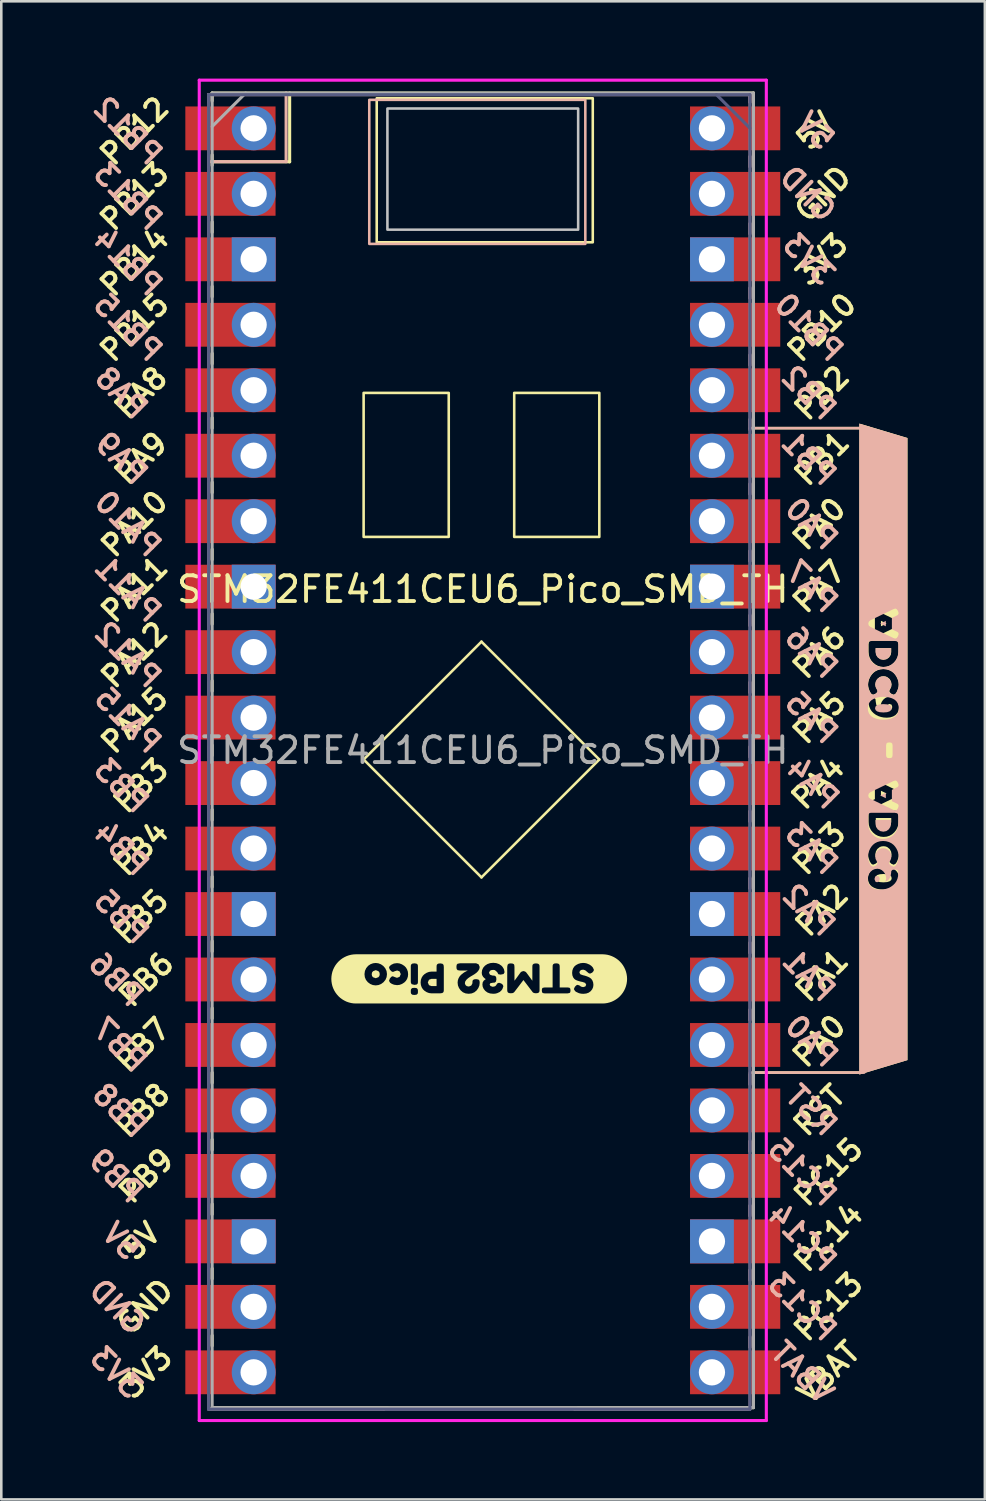
<source format=kicad_pcb>
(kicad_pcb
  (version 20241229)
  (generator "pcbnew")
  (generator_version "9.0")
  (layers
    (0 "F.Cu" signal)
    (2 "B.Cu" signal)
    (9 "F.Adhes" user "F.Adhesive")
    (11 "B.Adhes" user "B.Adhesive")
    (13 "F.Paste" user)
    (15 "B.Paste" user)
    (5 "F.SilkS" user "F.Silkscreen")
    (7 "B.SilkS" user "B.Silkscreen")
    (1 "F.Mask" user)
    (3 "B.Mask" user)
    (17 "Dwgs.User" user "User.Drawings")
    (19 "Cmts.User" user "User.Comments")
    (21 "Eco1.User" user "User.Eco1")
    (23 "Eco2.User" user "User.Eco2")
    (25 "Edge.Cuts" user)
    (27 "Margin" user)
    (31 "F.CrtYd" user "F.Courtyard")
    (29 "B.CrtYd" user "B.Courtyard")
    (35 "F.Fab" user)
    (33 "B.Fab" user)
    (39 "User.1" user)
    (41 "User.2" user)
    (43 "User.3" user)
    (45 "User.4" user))
  (footprint "STM32FE411CEU6_Pico_SMD_TH"
    (layer "F.Cu")
    (at 13.343 31.242)
    (property "Reference" "STM32FE411CEU6_Pico_SMD_TH" (at 2.337 -11.43 0) (layer "F.SilkS") (effects (font (size 1 1) (thickness 0.15))))
    (attr through_hole)
    (fp_line (start -8.163 -30.682) (end -8.163 -30.382) (stroke (width 0.12) (type solid)) (layer "F.SilkS"))
    (fp_line (start -8.163 -30.682) (end 12.837 -30.682) (stroke (width 0.12) (type solid)) (layer "F.SilkS"))
    (fp_line (start -8.163 -28.282) (end -8.163 -27.882) (stroke (width 0.12) (type solid)) (layer "F.SilkS"))
    (fp_line (start -8.163 -28.015) (end -5.156 -28.015) (stroke (width 0.12) (type solid)) (layer "F.SilkS"))
    (fp_line (start -8.163 -25.682) (end -8.163 -25.282) (stroke (width 0.12) (type solid)) (layer "F.SilkS"))
    (fp_line (start -8.163 -23.182) (end -8.163 -22.782) (stroke (width 0.12) (type solid)) (layer "F.SilkS"))
    (fp_line (start -8.163 -20.582) (end -8.163 -20.182) (stroke (width 0.12) (type solid)) (layer "F.SilkS"))
    (fp_line (start -8.163 -18.082) (end -8.163 -17.682) (stroke (width 0.12) (type solid)) (layer "F.SilkS"))
    (fp_line (start -8.163 -15.582) (end -8.163 -15.182) (stroke (width 0.12) (type solid)) (layer "F.SilkS"))
    (fp_line (start -8.163 -12.982) (end -8.163 -12.582) (stroke (width 0.12) (type solid)) (layer "F.SilkS"))
    (fp_line (start -8.163 -10.482) (end -8.163 -10.082) (stroke (width 0.12) (type solid)) (layer "F.SilkS"))
    (fp_line (start -8.163 -7.882) (end -8.163 -7.482) (stroke (width 0.12) (type solid)) (layer "F.SilkS"))
    (fp_line (start -8.163 -5.382) (end -8.163 -4.982) (stroke (width 0.12) (type solid)) (layer "F.SilkS"))
    (fp_line (start -8.163 -2.882) (end -8.163 -2.482) (stroke (width 0.12) (type solid)) (layer "F.SilkS"))
    (fp_line (start -8.163 -0.282) (end -8.163 0.118) (stroke (width 0.12) (type solid)) (layer "F.SilkS"))
    (fp_line (start -8.163 2.218) (end -8.163 2.618) (stroke (width 0.12) (type solid)) (layer "F.SilkS"))
    (fp_line (start -8.163 4.818) (end -8.163 5.218) (stroke (width 0.12) (type solid)) (layer "F.SilkS"))
    (fp_line (start -8.163 7.318) (end -8.163 7.718) (stroke (width 0.12) (type solid)) (layer "F.SilkS"))
    (fp_line (start -8.163 9.918) (end -8.163 10.318) (stroke (width 0.12) (type solid)) (layer "F.SilkS"))
    (fp_line (start -8.163 12.418) (end -8.163 12.818) (stroke (width 0.12) (type solid)) (layer "F.SilkS"))
    (fp_line (start -8.163 14.918) (end -8.163 15.318) (stroke (width 0.12) (type solid)) (layer "F.SilkS"))
    (fp_line (start -8.163 17.518) (end -8.163 17.918) (stroke (width 0.12) (type solid)) (layer "F.SilkS"))
    (fp_line (start -5.156 -28.015) (end -5.156 -30.682) (stroke (width 0.12) (type solid)) (layer "F.SilkS"))
    (fp_line (start -2.286 -4.826) (end 2.286 -9.398) (stroke (width 0.1) (type default)) (layer "F.SilkS"))
    (fp_line (start -1.363 20.318) (end -8.163 20.318) (stroke (width 0.12) (type solid)) (layer "F.SilkS"))
    (fp_line (start 2.286 -9.398) (end 6.858 -4.826) (stroke (width 0.1) (type default)) (layer "F.SilkS"))
    (fp_line (start 2.286 -0.254) (end -2.286 -4.826) (stroke (width 0.1) (type default)) (layer "F.SilkS"))
    (fp_line (start 6.037 20.318) (end -1.363 20.318) (stroke (width 0.1) (type default)) (layer "F.SilkS"))
    (fp_line (start 6.858 -4.826) (end 2.286 -0.254) (stroke (width 0.1) (type default)) (layer "F.SilkS"))
    (fp_line (start 12.837 -30.682) (end 12.837 -30.382) (stroke (width 0.12) (type solid)) (layer "F.SilkS"))
    (fp_line (start 12.837 -28.282) (end 12.837 -27.882) (stroke (width 0.12) (type solid)) (layer "F.SilkS"))
    (fp_line (start 12.837 -25.682) (end 12.837 -25.282) (stroke (width 0.12) (type solid)) (layer "F.SilkS"))
    (fp_line (start 12.837 -23.182) (end 12.837 -22.782) (stroke (width 0.12) (type solid)) (layer "F.SilkS"))
    (fp_line (start 12.837 -20.582) (end 12.837 -20.182) (stroke (width 0.12) (type solid)) (layer "F.SilkS"))
    (fp_line (start 12.837 -18.082) (end 12.837 -17.682) (stroke (width 0.12) (type solid)) (layer "F.SilkS"))
    (fp_line (start 12.837 -17.682) (end 17.323 -17.682) (stroke (width 0.1) (type default)) (layer "F.SilkS"))
    (fp_line (start 12.837 -15.582) (end 12.837 -15.182) (stroke (width 0.12) (type solid)) (layer "F.SilkS"))
    (fp_line (start 12.837 -12.982) (end 12.837 -12.582) (stroke (width 0.12) (type solid)) (layer "F.SilkS"))
    (fp_line (start 12.837 -10.482) (end 12.837 -10.082) (stroke (width 0.12) (type solid)) (layer "F.SilkS"))
    (fp_line (start 12.837 -7.882) (end 12.837 -7.482) (stroke (width 0.12) (type solid)) (layer "F.SilkS"))
    (fp_line (start 12.837 -5.382) (end 12.837 -4.982) (stroke (width 0.12) (type solid)) (layer "F.SilkS"))
    (fp_line (start 12.837 -2.882) (end 12.837 -2.482) (stroke (width 0.12) (type solid)) (layer "F.SilkS"))
    (fp_line (start 12.837 -0.282) (end 12.837 0.118) (stroke (width 0.12) (type solid)) (layer "F.SilkS"))
    (fp_line (start 12.837 2.218) (end 12.837 2.618) (stroke (width 0.12) (type solid)) (layer "F.SilkS"))
    (fp_line (start 12.837 4.818) (end 12.837 5.218) (stroke (width 0.12) (type solid)) (layer "F.SilkS"))
    (fp_line (start 12.837 7.318) (end 12.837 7.718) (stroke (width 0.12) (type solid)) (layer "F.SilkS"))
    (fp_line (start 12.837 7.318) (end 17.018 7.318) (stroke (width 0.1) (type default)) (layer "F.SilkS"))
    (fp_line (start 12.837 9.918) (end 12.837 10.318) (stroke (width 0.12) (type solid)) (layer "F.SilkS"))
    (fp_line (start 12.837 12.418) (end 12.837 12.818) (stroke (width 0.12) (type solid)) (layer "F.SilkS"))
    (fp_line (start 12.837 14.918) (end 12.837 15.318) (stroke (width 0.12) (type solid)) (layer "F.SilkS"))
    (fp_line (start 12.837 17.518) (end 12.837 17.918) (stroke (width 0.12) (type solid)) (layer "F.SilkS"))
    (fp_line (start 12.837 20.318) (end 6.037 20.318) (stroke (width 0.12) (type solid)) (layer "F.SilkS"))
    (fp_rect (start -2.286 -19.05) (end 1.016 -13.462) (stroke (width 0.1) (type default)) (fill no) (layer "F.SilkS"))
    (fp_rect (start 3.556 -19.05) (end 6.858 -13.462) (stroke (width 0.1) (type default)) (fill no) (layer "F.SilkS"))
    (fp_rect (start 6.604 -24.892) (end -1.778 -30.48) (stroke (width 0.1) (type default)) (fill no) (layer "F.SilkS"))
    (fp_poly (pts (xy 18.001 -10.102) (xy 17.784 -10.207) (xy 17.784 -9.996) (xy 18.001 -10.102)) (stroke (width 0) (type solid)) (fill yes) (layer "F.SilkS"))
    (fp_poly (pts (xy 18.001 -3.509) (xy 17.784 -3.614) (xy 17.784 -3.403) (xy 18.001 -3.509)) (stroke (width 0) (type solid)) (fill yes) (layer "F.SilkS"))
    (fp_poly (pts (xy 0.345 3.964) (xy 0.544 3.964) (xy 0.544 3.683) (xy 0.344 3.683) (xy 0.25 3.718) (xy 0.204 3.823) (xy 0.25 3.928) (xy 0.345 3.964)) (stroke (width 0) (type solid)) (fill yes) (layer "F.SilkS"))
    (fp_poly (pts (xy 18.224 -6.86) (xy 18.197 -6.952) (xy 18.117 -6.983) (xy 18.049 -6.955) (xy 18.017 -6.865) (xy 18.047 -6.771) (xy 18.105 -6.738) (xy 18.151 -6.742) (xy 18.187 -6.759) (xy 18.224 -6.86)) (stroke (width 0) (type solid)) (fill yes) (layer "F.SilkS"))
    (fp_poly (pts (xy 18.184 -8.997) (xy 18.184 -9.15) (xy 17.584 -9.15) (xy 17.584 -8.996) (xy 17.605 -8.887) (xy 17.669 -8.789) (xy 17.765 -8.72) (xy 17.882 -8.697) (xy 18 -8.72) (xy 18.098 -8.787) (xy 18.162 -8.884) (xy 18.184 -8.997)) (stroke (width 0) (type solid)) (fill yes) (layer "F.SilkS"))
    (fp_poly (pts (xy 18.184 -2.404) (xy 18.184 -2.557) (xy 17.584 -2.557) (xy 17.584 -2.403) (xy 17.605 -2.294) (xy 17.669 -2.196) (xy 17.765 -2.127) (xy 17.882 -2.104) (xy 18 -2.127) (xy 18.098 -2.194) (xy 18.162 -2.291) (xy 18.184 -2.404)) (stroke (width 0) (type solid)) (fill yes) (layer "F.SilkS"))
    (fp_poly (pts (xy -1.712 3.385) (xy -1.815 3.346) (xy -1.92 3.386) (xy -1.959 3.435) (xy -1.972 3.504) (xy -1.96 3.571) (xy -1.923 3.62) (xy -1.817 3.658) (xy -1.711 3.618) (xy -1.674 3.569) (xy -1.661 3.501) (xy -1.674 3.434) (xy -1.712 3.385)) (stroke (width 0) (type solid)) (fill yes) (layer "F.SilkS"))
    (fp_poly (pts (xy 17.562 -0.225) (xy 17.581 -0.153) (xy 17.64 -0.102) (xy 17.737 -0.071) (xy 17.873 -0.061) (xy 17.882 -0.061) (xy 18.022 -0.071) (xy 18.122 -0.102) (xy 18.182 -0.152) (xy 18.201 -0.223) (xy 18.181 -0.294) (xy 18.122 -0.344) (xy 18.022 -0.375) (xy 17.882 -0.385) (xy 17.742 -0.375) (xy 17.642 -0.345) (xy 17.582 -0.295) (xy 17.562 -0.225)) (stroke (width 0) (type solid)) (fill yes) (layer "F.SilkS"))
    (fp_poly (pts (xy 18.815 -10.685) (xy 18.815 -17.299) (xy 16.948 -17.859) (xy 16.948 -17.299) (xy 16.948 -10.685) (xy 16.948 -9.695) (xy 17.285 -9.695) (xy 17.3 -9.746) (xy 17.33 -9.774) (xy 17.378 -9.799) (xy 17.549 -9.881) (xy 17.549 -10.321) (xy 17.378 -10.404) (xy 17.332 -10.428) (xy 17.302 -10.457) (xy 17.287 -10.508) (xy 17.314 -10.593) (xy 17.362 -10.662) (xy 17.416 -10.685) (xy 17.497 -10.658) (xy 18.384 -10.229) (xy 18.443 -10.176) (xy 18.465 -10.1) (xy 18.444 -10.026) (xy 18.382 -9.973) (xy 17.497 -9.545) (xy 17.416 -9.518) (xy 17.361 -9.541) (xy 17.312 -9.61) (xy 17.285 -9.695) (xy 16.948 -9.695) (xy 16.948 -9) (xy 17.303 -9) (xy 17.303 -9.291) (xy 17.313 -9.369) (xy 17.343 -9.411) (xy 17.444 -9.431) (xy 18.327 -9.431) (xy 18.382 -9.428) (xy 18.424 -9.413) (xy 18.456 -9.371) (xy 18.467 -9.289) (xy 18.465 -8.996) (xy 18.455 -8.884) (xy 18.424 -8.779) (xy 18.372 -8.682) (xy 18.299 -8.591) (xy 18.211 -8.514) (xy 18.114 -8.46) (xy 18.007 -8.427) (xy 17.891 -8.416) (xy 17.774 -8.427) (xy 17.666 -8.459) (xy 17.567 -8.512) (xy 17.476 -8.587) (xy 17.4 -8.677) (xy 17.346 -8.776) (xy 17.314 -8.883) (xy 17.303 -9) (xy 16.948 -9) (xy 16.948 -7.73) (xy 17.285 -7.73) (xy 17.29 -7.805) (xy 17.305 -7.882) (xy 17.332 -7.96) (xy 17.372 -8.041) (xy 17.424 -8.118) (xy 17.486 -8.188) (xy 17.563 -8.247) (xy 17.659 -8.295) (xy 17.769 -8.326) (xy 17.889 -8.337) (xy 18.007 -8.326) (xy 18.113 -8.295) (xy 18.205 -8.248) (xy 18.28 -8.19) (xy 18.341 -8.121) (xy 18.39 -8.043) (xy 18.438 -7.939) (xy 18.467 -7.835) (xy 18.476 -7.73) (xy 18.47 -7.655) (xy 18.453 -7.579) (xy 18.406 -7.462) (xy 18.384 -7.424) (xy 18.355 -7.379) (xy 18.28 -7.338) (xy 18.192 -7.372) (xy 18.128 -7.43) (xy 18.106 -7.483) (xy 18.141 -7.564) (xy 18.182 -7.641) (xy 18.195 -7.741) (xy 18.177 -7.844) (xy 18.124 -7.945) (xy 18.025 -8.024) (xy 17.958 -8.048) (xy 17.882 -8.056) (xy 17.806 -8.048) (xy 17.738 -8.024) (xy 17.638 -7.943) (xy 17.586 -7.844) (xy 17.568 -7.741) (xy 17.581 -7.649) (xy 17.606 -7.586) (xy 17.627 -7.557) (xy 17.659 -7.481) (xy 17.636 -7.43) (xy 17.57 -7.375) (xy 17.481 -7.34) (xy 17.425 -7.361) (xy 17.386 -7.411) (xy 17.352 -7.466) (xy 17.311 -7.573) (xy 17.292 -7.653) (xy 17.285 -7.73) (xy 16.948 -7.73) (xy 16.948 -7.089) (xy 17.3 -7.089) (xy 17.3 -7.099) (xy 17.316 -7.184) (xy 17.361 -7.218) (xy 17.441 -7.229) (xy 17.529 -7.214) (xy 17.571 -7.168) (xy 17.581 -7.076) (xy 17.603 -6.95) (xy 17.657 -6.856) (xy 17.719 -6.8) (xy 17.774 -6.768) (xy 17.797 -6.76) (xy 17.77 -6.879) (xy 17.781 -6.978) (xy 17.816 -7.067) (xy 17.874 -7.147) (xy 17.946 -7.209) (xy 18.024 -7.246) (xy 18.108 -7.259) (xy 18.209 -7.246) (xy 18.298 -7.208) (xy 18.376 -7.145) (xy 18.436 -7.063) (xy 18.472 -6.97) (xy 18.484 -6.867) (xy 18.469 -6.74) (xy 18.425 -6.635) (xy 18.352 -6.554) (xy 18.255 -6.496) (xy 18.141 -6.461) (xy 18.009 -6.449) (xy 17.892 -6.456) (xy 17.783 -6.477) (xy 17.682 -6.511) (xy 17.588 -6.559) (xy 17.503 -6.621) (xy 17.43 -6.694) (xy 17.373 -6.778) (xy 17.332 -6.872) (xy 17.308 -6.975) (xy 17.3 -7.089) (xy 16.948 -7.089) (xy 16.948 -5.074) (xy 17.522 -5.074) (xy 17.522 -5.452) (xy 17.536 -5.523) (xy 17.576 -5.559) (xy 17.649 -5.567) (xy 17.72 -5.557) (xy 17.759 -5.527) (xy 17.773 -5.451) (xy 17.773 -5.073) (xy 17.76 -5.002) (xy 17.72 -4.968) (xy 17.647 -4.959) (xy 17.575 -4.967) (xy 17.536 -4.995) (xy 17.522 -5.074) (xy 16.948 -5.074) (xy 16.948 -3.102) (xy 17.285 -3.102) (xy 17.3 -3.153) (xy 17.33 -3.181) (xy 17.378 -3.206) (xy 17.549 -3.289) (xy 17.549 -3.728) (xy 17.378 -3.811) (xy 17.332 -3.835) (xy 17.302 -3.864) (xy 17.287 -3.915) (xy 17.314 -4) (xy 17.362 -4.069) (xy 17.416 -4.092) (xy 17.497 -4.065) (xy 18.384 -3.636) (xy 18.443 -3.583) (xy 18.465 -3.508) (xy 18.444 -3.433) (xy 18.382 -3.381) (xy 17.497 -2.952) (xy 17.416 -2.925) (xy 17.361 -2.948) (xy 17.312 -3.017) (xy 17.285 -3.102) (xy 16.948 -3.102) (xy 16.948 -2.407) (xy 17.303 -2.407) (xy 17.303 -2.698) (xy 17.313 -2.777) (xy 17.343 -2.819) (xy 17.444 -2.838) (xy 18.327 -2.838) (xy 18.382 -2.835) (xy 18.424 -2.82) (xy 18.456 -2.778) (xy 18.467 -2.696) (xy 18.465 -2.403) (xy 18.455 -2.291) (xy 18.424 -2.186) (xy 18.372 -2.089) (xy 18.299 -1.998) (xy 18.211 -1.921) (xy 18.114 -1.867) (xy 18.007 -1.834) (xy 17.891 -1.823) (xy 17.774 -1.834) (xy 17.666 -1.866) (xy 17.567 -1.919) (xy 17.476 -1.994) (xy 17.4 -2.084) (xy 17.346 -2.183) (xy 17.314 -2.291) (xy 17.303 -2.407) (xy 16.948 -2.407) (xy 16.948 -1.137) (xy 17.285 -1.137) (xy 17.29 -1.212) (xy 17.305 -1.289) (xy 17.332 -1.367) (xy 17.372 -1.448) (xy 17.424 -1.525) (xy 17.486 -1.595) (xy 17.563 -1.654) (xy 17.659 -1.702) (xy 17.769 -1.733) (xy 17.889 -1.744) (xy 18.007 -1.734) (xy 18.113 -1.703) (xy 18.205 -1.656) (xy 18.28 -1.597) (xy 18.341 -1.528) (xy 18.39 -1.45) (xy 18.438 -1.346) (xy 18.467 -1.242) (xy 18.476 -1.137) (xy 18.47 -1.062) (xy 18.453 -0.986) (xy 18.406 -0.869) (xy 18.384 -0.831) (xy 18.355 -0.787) (xy 18.28 -0.745) (xy 18.192 -0.779) (xy 18.128 -0.837) (xy 18.106 -0.89) (xy 18.141 -0.971) (xy 18.182 -1.049) (xy 18.195 -1.149) (xy 18.177 -1.251) (xy 18.124 -1.352) (xy 18.025 -1.431) (xy 17.958 -1.455) (xy 17.882 -1.463) (xy 17.806 -1.455) (xy 17.738 -1.431) (xy 17.638 -1.35) (xy 17.586 -1.251) (xy 17.568 -1.149) (xy 17.581 -1.056) (xy 17.606 -0.993) (xy 17.627 -0.964) (xy 17.659 -0.888) (xy 17.636 -0.837) (xy 17.57 -0.782) (xy 17.481 -0.747) (xy 17.425 -0.768) (xy 17.386 -0.818) (xy 17.352 -0.873) (xy 17.311 -0.98) (xy 17.292 -1.06) (xy 17.285 -1.137) (xy 16.948 -1.137) (xy 16.948 -0.221) (xy 17.279 -0.221) (xy 17.29 -0.323) (xy 17.321 -0.413) (xy 17.368 -0.487) (xy 17.425 -0.543) (xy 17.493 -0.586) (xy 17.573 -0.62) (xy 17.668 -0.645) (xy 17.771 -0.661) (xy 17.882 -0.666) (xy 17.983 -0.662) (xy 18.074 -0.649) (xy 18.154 -0.629) (xy 18.254 -0.589) (xy 18.331 -0.545) (xy 18.39 -0.49) (xy 18.439 -0.416) (xy 18.472 -0.326) (xy 18.482 -0.223) (xy 18.472 -0.12) (xy 18.44 -0.032) (xy 18.392 0.041) (xy 18.333 0.097) (xy 18.264 0.139) (xy 18.184 0.172) (xy 18.087 0.199) (xy 17.986 0.215) (xy 17.881 0.22) (xy 17.745 0.212) (xy 17.623 0.189) (xy 17.517 0.15) (xy 17.425 0.096) (xy 17.367 0.041) (xy 17.32 -0.032) (xy 17.289 -0.12) (xy 17.279 -0.221) (xy 16.948 -0.221) (xy 16.948 0.22) (xy 16.948 6.834) (xy 16.948 7.394) (xy 18.815 6.834) (xy 18.815 0.22) (xy 18.815 -10.685)) (stroke (width 0) (type solid)) (fill yes) (layer "F.SilkS"))
    (fp_poly (pts (xy 6.649 4.639) (xy 6.98 4.639) (xy 7.074 4.635) (xy 7.166 4.621) (xy 7.257 4.598) (xy 7.345 4.567) (xy 7.43 4.526) (xy 7.51 4.478) (xy 7.586 4.423) (xy 7.655 4.36) (xy 7.718 4.29) (xy 7.774 4.215) (xy 7.822 4.135) (xy 7.862 4.05) (xy 7.893 3.962) (xy 7.916 3.871) (xy 7.93 3.778) (xy 7.935 3.685) (xy 7.93 3.591) (xy 7.916 3.498) (xy 7.893 3.407) (xy 7.862 3.319) (xy 7.822 3.235) (xy 7.774 3.154) (xy 7.718 3.079) (xy 7.655 3.01) (xy 7.586 2.947) (xy 7.51 2.891) (xy 7.43 2.843) (xy 7.345 2.803) (xy 7.257 2.771) (xy 7.166 2.748) (xy 7.074 2.735) (xy 6.98 2.73) (xy 6.649 2.73) (xy 6.227 2.73) (xy 6.227 3.065) (xy 6.3 3.07) (xy 6.368 3.084) (xy 6.476 3.129) (xy 6.548 3.179) (xy 6.594 3.227) (xy 6.608 3.245) (xy 6.649 3.336) (xy 6.632 3.383) (xy 6.581 3.443) (xy 6.497 3.481) (xy 6.444 3.462) (xy 6.373 3.402) (xy 6.31 3.35) (xy 6.233 3.326) (xy 6.151 3.339) (xy 6.102 3.379) (xy 6.086 3.446) (xy 6.126 3.508) (xy 6.227 3.543) (xy 6.29 3.558) (xy 6.357 3.579) (xy 6.425 3.606) (xy 6.487 3.637) (xy 6.543 3.68) (xy 6.588 3.743) (xy 6.618 3.822) (xy 6.629 3.916) (xy 6.617 4.006) (xy 6.582 4.087) (xy 6.525 4.16) (xy 6.447 4.218) (xy 6.352 4.252) (xy 6.241 4.264) (xy 6.15 4.258) (xy 6.067 4.239) (xy 5.959 4.189) (xy 5.919 4.159) (xy 5.87 4.081) (xy 5.908 3.994) (xy 5.963 3.935) (xy 6.019 3.915) (xy 6.102 3.947) (xy 6.12 3.962) (xy 6.144 3.983) (xy 6.229 4.004) (xy 6.315 3.979) (xy 6.349 3.911) (xy 6.309 3.84) (xy 6.208 3.804) (xy 6.145 3.792) (xy 6.076 3.774) (xy 6.007 3.752) (xy 5.944 3.726) (xy 5.889 3.687) (xy 5.844 3.627) (xy 5.813 3.548) (xy 5.803 3.453) (xy 5.813 3.356) (xy 5.844 3.271) (xy 5.892 3.201) (xy 5.952 3.15) (xy 6.04 3.103) (xy 6.132 3.075) (xy 6.227 3.065) (xy 6.227 2.73) (xy 5.184 2.73) (xy 5.184 3.081) (xy 5.263 3.091) (xy 5.304 3.123) (xy 5.318 3.165) (xy 5.321 3.219) (xy 5.321 4.016) (xy 5.625 4.016) (xy 5.7 4.028) (xy 5.732 4.066) (xy 5.74 4.132) (xy 5.732 4.198) (xy 5.705 4.232) (xy 5.624 4.247) (xy 4.741 4.247) (xy 4.666 4.235) (xy 4.635 4.197) (xy 4.627 4.131) (xy 4.635 4.065) (xy 4.662 4.031) (xy 4.743 4.016) (xy 5.046 4.016) (xy 5.046 3.218) (xy 5.048 3.164) (xy 5.063 3.123) (xy 5.105 3.091) (xy 5.184 3.081) (xy 5.184 2.73) (xy 3.422 2.73) (xy 3.422 3.083) (xy 3.495 3.091) (xy 3.536 3.11) (xy 3.558 3.142) (xy 3.566 3.224) (xy 3.566 3.756) (xy 3.615 3.692) (xy 3.682 3.6) (xy 3.745 3.513) (xy 3.779 3.466) (xy 3.808 3.428) (xy 3.847 3.4) (xy 3.913 3.381) (xy 3.978 3.398) (xy 4.02 3.431) (xy 4.033 3.448) (xy 4.08 3.51) (xy 4.158 3.617) (xy 4.231 3.717) (xy 4.26 3.756) (xy 4.26 3.221) (xy 4.262 3.166) (xy 4.278 3.126) (xy 4.32 3.094) (xy 4.401 3.083) (xy 4.48 3.094) (xy 4.522 3.126) (xy 4.537 3.167) (xy 4.539 3.224) (xy 4.539 4.105) (xy 4.537 4.16) (xy 4.522 4.202) (xy 4.479 4.233) (xy 4.398 4.243) (xy 4.324 4.233) (xy 4.284 4.212) (xy 4.274 4.202) (xy 3.914 3.729) (xy 3.813 3.862) (xy 3.727 3.976) (xy 3.655 4.07) (xy 3.597 4.145) (xy 3.554 4.201) (xy 3.508 4.233) (xy 3.426 4.243) (xy 3.345 4.233) (xy 3.303 4.201) (xy 3.288 4.158) (xy 3.285 4.102) (xy 3.285 3.221) (xy 3.3 3.134) (xy 3.346 3.092) (xy 3.422 3.083) (xy 3.422 2.73) (xy 2.742 2.73) (xy 2.742 3.061) (xy 2.862 3.073) (xy 2.968 3.11) (xy 3.06 3.172) (xy 3.105 3.221) (xy 3.144 3.285) (xy 3.162 3.326) (xy 3.165 3.342) (xy 3.182 3.427) (xy 3.143 3.496) (xy 3.027 3.519) (xy 2.942 3.504) (xy 2.895 3.421) (xy 2.807 3.345) (xy 2.741 3.335) (xy 2.668 3.344) (xy 2.617 3.369) (xy 2.577 3.446) (xy 2.616 3.522) (xy 2.708 3.554) (xy 2.781 3.558) (xy 2.822 3.573) (xy 2.854 3.614) (xy 2.865 3.696) (xy 2.85 3.784) (xy 2.806 3.827) (xy 2.723 3.835) (xy 2.633 3.851) (xy 2.603 3.897) (xy 2.634 3.961) (xy 2.723 3.991) (xy 2.812 3.972) (xy 2.854 3.934) (xy 2.863 3.915) (xy 2.908 3.855) (xy 2.968 3.835) (xy 3.055 3.864) (xy 3.115 3.914) (xy 3.135 3.97) (xy 3.098 4.078) (xy 3.063 4.128) (xy 2.997 4.191) (xy 2.892 4.24) (xy 2.821 4.257) (xy 2.742 4.262) (xy 2.621 4.25) (xy 2.519 4.213) (xy 2.434 4.151) (xy 2.372 4.074) (xy 2.334 3.991) (xy 2.322 3.901) (xy 2.335 3.817) (xy 2.377 3.75) (xy 2.446 3.7) (xy 2.446 3.689) (xy 2.399 3.655) (xy 2.349 3.604) (xy 2.309 3.532) (xy 2.296 3.451) (xy 2.31 3.345) (xy 2.353 3.251) (xy 2.423 3.171) (xy 2.515 3.11) (xy 2.622 3.073) (xy 2.742 3.061) (xy 2.742 2.73) (xy 1.457 2.73) (xy 1.457 3.078) (xy 2.077 3.078) (xy 2.176 3.121) (xy 2.217 3.221) (xy 2.202 3.303) (xy 2.157 3.379) (xy 2.092 3.446) (xy 2.014 3.503) (xy 1.93 3.554) (xy 1.845 3.604) (xy 1.767 3.658) (xy 1.702 3.718) (xy 1.657 3.783) (xy 1.642 3.853) (xy 1.653 3.893) (xy 1.678 3.936) (xy 1.72 3.967) (xy 1.799 3.981) (xy 1.888 3.944) (xy 1.93 3.87) (xy 1.936 3.834) (xy 1.936 3.824) (xy 1.938 3.772) (xy 1.953 3.732) (xy 1.996 3.704) (xy 2.077 3.694) (xy 2.166 3.709) (xy 2.209 3.754) (xy 2.217 3.835) (xy 2.204 3.942) (xy 2.164 4.04) (xy 2.099 4.131) (xy 2.012 4.204) (xy 1.909 4.248) (xy 1.789 4.262) (xy 1.67 4.248) (xy 1.566 4.204) (xy 1.479 4.13) (xy 1.413 4.037) (xy 1.373 3.937) (xy 1.36 3.827) (xy 1.37 3.739) (xy 1.399 3.656) (xy 1.443 3.583) (xy 1.495 3.526) (xy 1.606 3.438) (xy 1.704 3.385) (xy 1.744 3.369) (xy 1.744 3.361) (xy 1.453 3.361) (xy 1.36 3.346) (xy 1.323 3.3) (xy 1.314 3.219) (xy 1.324 3.138) (xy 1.358 3.097) (xy 1.457 3.078) (xy 1.457 2.73) (xy 0.685 2.73) (xy 0.685 3.083) (xy 0.773 3.098) (xy 0.815 3.142) (xy 0.825 3.224) (xy 0.825 4.105) (xy 0.822 4.16) (xy 0.807 4.202) (xy 0.765 4.234) (xy 0.683 4.245) (xy 0.344 4.245) (xy 0.251 4.234) (xy 0.161 4.2) (xy 0.072 4.143) (xy 0.013 4.085) (xy -0.034 4.01) (xy -0.065 3.921) (xy -0.075 3.823) (xy -0.065 3.724) (xy -0.034 3.636) (xy 0.013 3.561) (xy 0.072 3.504) (xy 0.161 3.447) (xy 0.252 3.413) (xy 0.345 3.402) (xy 0.544 3.402) (xy 0.544 3.223) (xy 0.546 3.168) (xy 0.561 3.126) (xy 0.603 3.094) (xy 0.685 3.083) (xy 0.685 2.73) (xy -0.317 2.73) (xy -0.317 3.081) (xy -0.236 3.092) (xy -0.194 3.124) (xy -0.181 3.165) (xy -0.179 3.221) (xy -0.179 3.778) (xy -0.181 3.833) (xy -0.194 3.875) (xy -0.237 3.906) (xy -0.318 3.916) (xy -0.318 4.031) (xy -0.237 4.04) (xy -0.195 4.074) (xy -0.181 4.116) (xy -0.179 4.17) (xy -0.181 4.225) (xy -0.194 4.266) (xy -0.237 4.298) (xy -0.318 4.308) (xy -0.398 4.298) (xy -0.439 4.266) (xy -0.454 4.224) (xy -0.456 4.169) (xy -0.454 4.114) (xy -0.44 4.073) (xy -0.398 4.04) (xy -0.318 4.031) (xy -0.318 3.916) (xy -0.318 3.916) (xy -0.426 3.889) (xy -0.455 3.821) (xy -0.456 3.775) (xy -0.456 3.219) (xy -0.454 3.165) (xy -0.439 3.123) (xy -0.398 3.092) (xy -0.317 3.081) (xy -0.317 2.73) (xy -0.991 2.73) (xy -0.991 3.073) (xy -0.894 3.085) (xy -0.799 3.121) (xy -0.707 3.18) (xy -0.648 3.239) (xy -0.601 3.315) (xy -0.57 3.405) (xy -0.56 3.503) (xy -0.57 3.6) (xy -0.601 3.689) (xy -0.648 3.764) (xy -0.707 3.823) (xy -0.797 3.881) (xy -0.891 3.916) (xy -0.988 3.927) (xy -1.106 3.911) (xy -1.19 3.878) (xy -1.215 3.862) (xy -1.26 3.832) (xy -1.301 3.76) (xy -1.268 3.669) (xy -1.212 3.603) (xy -1.158 3.581) (xy -1.072 3.616) (xy -0.991 3.643) (xy -0.891 3.605) (xy -0.845 3.5) (xy -0.89 3.395) (xy -0.984 3.358) (xy -1.078 3.387) (xy -1.149 3.416) (xy -1.201 3.395) (xy -1.264 3.332) (xy -1.301 3.25) (xy -1.279 3.191) (xy -1.214 3.137) (xy -1.113 3.089) (xy -0.991 3.073) (xy -0.991 2.73) (xy -1.817 2.73) (xy -1.817 3.067) (xy -1.714 3.08) (xy -1.614 3.119) (xy -1.523 3.183) (xy -1.448 3.271) (xy -1.397 3.378) (xy -1.38 3.499) (xy -1.395 3.618) (xy -1.44 3.723) (xy -1.514 3.813) (xy -1.607 3.882) (xy -1.708 3.923) (xy -1.818 3.937) (xy -1.928 3.923) (xy -2.029 3.882) (xy -2.122 3.814) (xy -2.195 3.724) (xy -2.239 3.62) (xy -2.253 3.5) (xy -2.236 3.376) (xy -2.185 3.266) (xy -2.11 3.177) (xy -2.019 3.115) (xy -1.92 3.079) (xy -1.817 3.067) (xy -1.817 2.73) (xy -2.253 2.73) (xy -2.584 2.73) (xy -2.678 2.735) (xy -2.77 2.748) (xy -2.861 2.771) (xy -2.95 2.803) (xy -3.034 2.843) (xy -3.115 2.891) (xy -3.19 2.947) (xy -3.259 3.01) (xy -3.322 3.079) (xy -3.378 3.154) (xy -3.426 3.235) (xy -3.466 3.319) (xy -3.498 3.407) (xy -3.52 3.498) (xy -3.534 3.591) (xy -3.539 3.685) (xy -3.534 3.778) (xy -3.52 3.871) (xy -3.498 3.962) (xy -3.466 4.05) (xy -3.426 4.135) (xy -3.378 4.215) (xy -3.322 4.29) (xy -3.259 4.36) (xy -3.19 4.423) (xy -3.115 4.478) (xy -3.034 4.526) (xy -2.95 4.567) (xy -2.861 4.598) (xy -2.77 4.621) (xy -2.678 4.635) (xy -2.584 4.639) (xy -2.253 4.639) (xy 6.649 4.639)) (stroke (width 0) (type solid)) (fill yes) (layer "F.SilkS"))
    (fp_line (start -8.3 -30.62) (end -8.3 -30.32) (stroke (width 0.12) (type solid)) (layer "B.SilkS"))
    (fp_line (start -8.3 -30.32) (end -8.3 20.38) (stroke (width 0.1) (type default)) (layer "B.SilkS"))
    (fp_line (start -8.3 -28.22) (end -8.3 -27.82) (stroke (width 0.12) (type solid)) (layer "B.SilkS"))
    (fp_line (start -8.3 -25.62) (end -8.3 -25.22) (stroke (width 0.12) (type solid)) (layer "B.SilkS"))
    (fp_line (start -8.3 -23.12) (end -8.3 -22.72) (stroke (width 0.12) (type solid)) (layer "B.SilkS"))
    (fp_line (start -8.3 -20.52) (end -8.3 -20.12) (stroke (width 0.12) (type solid)) (layer "B.SilkS"))
    (fp_line (start -8.3 -18.02) (end -8.3 -17.62) (stroke (width 0.12) (type solid)) (layer "B.SilkS"))
    (fp_line (start -8.3 -15.52) (end -8.3 -15.12) (stroke (width 0.12) (type solid)) (layer "B.SilkS"))
    (fp_line (start -8.3 -12.92) (end -8.3 -12.52) (stroke (width 0.12) (type solid)) (layer "B.SilkS"))
    (fp_line (start -8.3 -10.42) (end -8.3 -10.02) (stroke (width 0.12) (type solid)) (layer "B.SilkS"))
    (fp_line (start -8.3 -7.82) (end -8.3 -7.42) (stroke (width 0.12) (type solid)) (layer "B.SilkS"))
    (fp_line (start -8.3 -5.32) (end -8.3 -4.92) (stroke (width 0.12) (type solid)) (layer "B.SilkS"))
    (fp_line (start -8.3 -2.82) (end -8.3 -2.42) (stroke (width 0.12) (type solid)) (layer "B.SilkS"))
    (fp_line (start -8.3 -0.22) (end -8.3 0.18) (stroke (width 0.12) (type solid)) (layer "B.SilkS"))
    (fp_line (start -8.3 2.28) (end -8.3 2.68) (stroke (width 0.12) (type solid)) (layer "B.SilkS"))
    (fp_line (start -8.3 4.88) (end -8.3 5.28) (stroke (width 0.12) (type solid)) (layer "B.SilkS"))
    (fp_line (start -8.3 7.38) (end -8.3 7.78) (stroke (width 0.12) (type solid)) (layer "B.SilkS"))
    (fp_line (start -8.3 9.98) (end -8.3 10.38) (stroke (width 0.12) (type solid)) (layer "B.SilkS"))
    (fp_line (start -8.3 12.48) (end -8.3 12.88) (stroke (width 0.12) (type solid)) (layer "B.SilkS"))
    (fp_line (start -8.3 14.98) (end -8.3 15.38) (stroke (width 0.12) (type solid)) (layer "B.SilkS"))
    (fp_line (start -8.3 17.58) (end -8.3 17.98) (stroke (width 0.12) (type solid)) (layer "B.SilkS"))
    (fp_line (start -8.3 20.38) (end -1.5 20.38) (stroke (width 0.12) (type solid)) (layer "B.SilkS"))
    (fp_line (start -5.293 -28.02) (end -8.3 -28.02) (stroke (width 0.12) (type solid)) (layer "B.SilkS"))
    (fp_line (start -5.293 -28.02) (end -5.293 -30.687) (stroke (width 0.12) (type solid)) (layer "B.SilkS"))
    (fp_line (start -1.5 20.38) (end 5.9 20.38) (stroke (width 0.1) (type default)) (layer "B.SilkS"))
    (fp_line (start 5.9 20.38) (end 12.7 20.38) (stroke (width 0.12) (type solid)) (layer "B.SilkS"))
    (fp_line (start 12.7 -30.62) (end -8.3 -30.62) (stroke (width 0.12) (type solid)) (layer "B.SilkS"))
    (fp_line (start 12.7 -30.62) (end 12.7 -30.32) (stroke (width 0.12) (type solid)) (layer "B.SilkS"))
    (fp_line (start 12.7 -28.22) (end 12.7 -27.82) (stroke (width 0.12) (type solid)) (layer "B.SilkS"))
    (fp_line (start 12.7 -25.62) (end 12.7 -25.22) (stroke (width 0.12) (type solid)) (layer "B.SilkS"))
    (fp_line (start 12.7 -23.12) (end 12.7 -22.72) (stroke (width 0.12) (type solid)) (layer "B.SilkS"))
    (fp_line (start 12.7 -20.52) (end 12.7 -20.12) (stroke (width 0.12) (type solid)) (layer "B.SilkS"))
    (fp_line (start 12.7 -18.02) (end 12.7 -17.62) (stroke (width 0.12) (type solid)) (layer "B.SilkS"))
    (fp_line (start 12.7 -17.682) (end 17 -17.682) (stroke (width 0.1) (type default)) (layer "B.SilkS"))
    (fp_line (start 12.7 -15.52) (end 12.7 -15.12) (stroke (width 0.12) (type solid)) (layer "B.SilkS"))
    (fp_line (start 12.7 -12.92) (end 12.7 -12.52) (stroke (width 0.12) (type solid)) (layer "B.SilkS"))
    (fp_line (start 12.7 -10.42) (end 12.7 -10.02) (stroke (width 0.12) (type solid)) (layer "B.SilkS"))
    (fp_line (start 12.7 -7.82) (end 12.7 -7.42) (stroke (width 0.12) (type solid)) (layer "B.SilkS"))
    (fp_line (start 12.7 -5.32) (end 12.7 -4.92) (stroke (width 0.12) (type solid)) (layer "B.SilkS"))
    (fp_line (start 12.7 -2.82) (end 12.7 -2.42) (stroke (width 0.12) (type solid)) (layer "B.SilkS"))
    (fp_line (start 12.7 -0.22) (end 12.7 0.18) (stroke (width 0.12) (type solid)) (layer "B.SilkS"))
    (fp_line (start 12.7 2.28) (end 12.7 2.68) (stroke (width 0.12) (type solid)) (layer "B.SilkS"))
    (fp_line (start 12.7 4.88) (end 12.7 5.28) (stroke (width 0.12) (type solid)) (layer "B.SilkS"))
    (fp_line (start 12.7 7.318) (end 17.136 7.318) (stroke (width 0.1) (type default)) (layer "B.SilkS"))
    (fp_line (start 12.7 7.38) (end 12.7 7.78) (stroke (width 0.12) (type solid)) (layer "B.SilkS"))
    (fp_line (start 12.7 9.98) (end 12.7 10.38) (stroke (width 0.12) (type solid)) (layer "B.SilkS"))
    (fp_line (start 12.7 12.48) (end 12.7 12.88) (stroke (width 0.12) (type solid)) (layer "B.SilkS"))
    (fp_line (start 12.7 14.98) (end 12.7 15.38) (stroke (width 0.12) (type solid)) (layer "B.SilkS"))
    (fp_line (start 12.7 17.58) (end 12.7 17.98) (stroke (width 0.12) (type solid)) (layer "B.SilkS"))
    (fp_line (start 12.7 20.38) (end 12.7 -30.62) (stroke (width 0.1) (type default)) (layer "B.SilkS"))
    (fp_rect (start -2.067 -24.83) (end 6.315 -30.418) (stroke (width 0.1) (type default)) (fill no) (layer "B.SilkS"))
    (fp_poly (pts (xy 17.755 -10.1) (xy 17.973 -10.205) (xy 17.973 -9.994) (xy 17.755 -10.1)) (stroke (width 0) (type solid)) (fill yes) (layer "B.SilkS"))
    (fp_poly (pts (xy 17.755 -3.431) (xy 17.973 -3.536) (xy 17.973 -3.325) (xy 17.755 -3.431)) (stroke (width 0) (type solid)) (fill yes) (layer "B.SilkS"))
    (fp_poly (pts (xy 17.533 -0.189) (xy 17.559 -0.281) (xy 17.639 -0.312) (xy 17.708 -0.284) (xy 17.739 -0.194) (xy 17.71 -0.1) (xy 17.651 -0.067) (xy 17.605 -0.071) (xy 17.569 -0.088) (xy 17.533 -0.189)) (stroke (width 0) (type solid)) (fill yes) (layer "B.SilkS"))
    (fp_poly (pts (xy 17.573 -8.995) (xy 17.573 -9.148) (xy 18.173 -9.148) (xy 18.173 -8.994) (xy 18.151 -8.885) (xy 18.088 -8.787) (xy 17.992 -8.718) (xy 17.874 -8.695) (xy 17.756 -8.718) (xy 17.659 -8.785) (xy 17.594 -8.882) (xy 17.573 -8.995)) (stroke (width 0) (type solid)) (fill yes) (layer "B.SilkS"))
    (fp_poly (pts (xy 17.573 -2.326) (xy 17.573 -2.479) (xy 18.173 -2.479) (xy 18.173 -2.325) (xy 18.151 -2.216) (xy 18.088 -2.118) (xy 17.992 -2.049) (xy 17.874 -2.026) (xy 17.756 -2.049) (xy 17.659 -2.116) (xy 17.594 -2.213) (xy 17.573 -2.326)) (stroke (width 0) (type solid)) (fill yes) (layer "B.SilkS"))
    (fp_poly (pts (xy 18.195 -6.816) (xy 18.175 -6.744) (xy 18.117 -6.693) (xy 18.02 -6.662) (xy 17.884 -6.652) (xy 17.874 -6.652) (xy 17.735 -6.662) (xy 17.635 -6.693) (xy 17.575 -6.743) (xy 17.555 -6.814) (xy 17.575 -6.885) (xy 17.635 -6.936) (xy 17.735 -6.966) (xy 17.875 -6.976) (xy 18.015 -6.966) (xy 18.115 -6.936) (xy 18.175 -6.886) (xy 18.195 -6.816)) (stroke (width 0) (type solid)) (fill yes) (layer "B.SilkS"))
    (fp_poly (pts (xy 16.942 -10.683) (xy 16.942 -17.297) (xy 16.942 -17.857) (xy 18.808 -17.297) (xy 18.808 -10.683) (xy 18.808 -9.693) (xy 18.471 -9.693) (xy 18.457 -9.744) (xy 18.427 -9.772) (xy 18.379 -9.797) (xy 18.208 -9.88) (xy 18.208 -10.319) (xy 18.379 -10.402) (xy 18.425 -10.426) (xy 18.454 -10.455) (xy 18.47 -10.506) (xy 18.443 -10.591) (xy 18.395 -10.66) (xy 18.341 -10.683) (xy 18.26 -10.656) (xy 17.373 -10.227) (xy 17.314 -10.174) (xy 17.292 -10.099) (xy 17.312 -10.024) (xy 17.374 -9.972) (xy 18.26 -9.543) (xy 18.341 -9.516) (xy 18.395 -9.539) (xy 18.444 -9.608) (xy 18.471 -9.693) (xy 18.808 -9.693) (xy 18.808 -8.998) (xy 18.454 -8.998) (xy 18.454 -9.289) (xy 18.444 -9.368) (xy 18.414 -9.41) (xy 18.312 -9.429) (xy 17.43 -9.429) (xy 17.374 -9.426) (xy 17.333 -9.411) (xy 17.301 -9.369) (xy 17.29 -9.287) (xy 17.292 -8.994) (xy 17.302 -8.882) (xy 17.333 -8.777) (xy 17.385 -8.68) (xy 17.457 -8.589) (xy 17.545 -8.513) (xy 17.642 -8.458) (xy 17.749 -8.425) (xy 17.865 -8.414) (xy 17.982 -8.425) (xy 18.09 -8.457) (xy 18.19 -8.51) (xy 18.281 -8.585) (xy 18.356 -8.675) (xy 18.41 -8.774) (xy 18.443 -8.882) (xy 18.454 -8.998) (xy 18.808 -8.998) (xy 18.808 -7.728) (xy 18.471 -7.728) (xy 18.466 -7.803) (xy 18.451 -7.88) (xy 18.425 -7.958) (xy 18.385 -8.039) (xy 18.333 -8.116) (xy 18.27 -8.186) (xy 18.193 -8.245) (xy 18.097 -8.293) (xy 17.987 -8.324) (xy 17.868 -8.335) (xy 17.75 -8.325) (xy 17.643 -8.294) (xy 17.551 -8.247) (xy 17.477 -8.188) (xy 17.416 -8.119) (xy 17.366 -8.041) (xy 17.319 -7.937) (xy 17.29 -7.833) (xy 17.28 -7.728) (xy 17.286 -7.653) (xy 17.303 -7.577) (xy 17.35 -7.46) (xy 17.373 -7.422) (xy 17.401 -7.378) (xy 17.477 -7.336) (xy 17.565 -7.37) (xy 17.629 -7.428) (xy 17.65 -7.481) (xy 17.615 -7.562) (xy 17.575 -7.64) (xy 17.561 -7.74) (xy 17.579 -7.842) (xy 17.633 -7.943) (xy 17.731 -8.022) (xy 17.799 -8.046) (xy 17.875 -8.054) (xy 17.951 -8.046) (xy 18.019 -8.022) (xy 18.119 -7.941) (xy 18.171 -7.842) (xy 18.189 -7.74) (xy 18.176 -7.647) (xy 18.15 -7.584) (xy 18.13 -7.555) (xy 18.098 -7.479) (xy 18.12 -7.428) (xy 18.187 -7.373) (xy 18.276 -7.338) (xy 18.331 -7.359) (xy 18.371 -7.409) (xy 18.404 -7.464) (xy 18.446 -7.571) (xy 18.465 -7.651) (xy 18.471 -7.728) (xy 18.808 -7.728) (xy 18.808 -6.812) (xy 18.477 -6.812) (xy 18.467 -6.914) (xy 18.435 -7.004) (xy 18.388 -7.078) (xy 18.331 -7.134) (xy 18.264 -7.177) (xy 18.184 -7.211) (xy 18.089 -7.237) (xy 17.985 -7.252) (xy 17.874 -7.257) (xy 17.773 -7.253) (xy 17.683 -7.24) (xy 17.603 -7.22) (xy 17.502 -7.18) (xy 17.426 -7.136) (xy 17.367 -7.081) (xy 17.318 -7.007) (xy 17.285 -6.917) (xy 17.274 -6.814) (xy 17.285 -6.711) (xy 17.317 -6.623) (xy 17.365 -6.55) (xy 17.423 -6.494) (xy 17.492 -6.452) (xy 17.573 -6.419) (xy 17.67 -6.392) (xy 17.771 -6.376) (xy 17.876 -6.371) (xy 18.012 -6.379) (xy 18.133 -6.402) (xy 18.24 -6.441) (xy 18.331 -6.495) (xy 18.389 -6.55) (xy 18.436 -6.623) (xy 18.467 -6.711) (xy 18.477 -6.812) (xy 18.808 -6.812) (xy 18.808 -4.996) (xy 18.235 -4.996) (xy 18.235 -5.374) (xy 18.221 -5.445) (xy 18.181 -5.481) (xy 18.108 -5.489) (xy 18.036 -5.479) (xy 17.998 -5.449) (xy 17.984 -5.373) (xy 17.984 -4.995) (xy 17.997 -4.924) (xy 18.036 -4.89) (xy 18.109 -4.881) (xy 18.181 -4.889) (xy 18.22 -4.917) (xy 18.235 -4.996) (xy 18.808 -4.996) (xy 18.808 -3.024) (xy 18.471 -3.024) (xy 18.457 -3.075) (xy 18.427 -3.103) (xy 18.379 -3.128) (xy 18.208 -3.21) (xy 18.208 -3.65) (xy 18.379 -3.733) (xy 18.425 -3.757) (xy 18.454 -3.786) (xy 18.47 -3.837) (xy 18.443 -3.922) (xy 18.395 -3.991) (xy 18.341 -4.014) (xy 18.26 -3.987) (xy 17.373 -3.558) (xy 17.314 -3.505) (xy 17.292 -3.43) (xy 17.312 -3.355) (xy 17.374 -3.303) (xy 18.26 -2.874) (xy 18.341 -2.847) (xy 18.395 -2.87) (xy 18.444 -2.939) (xy 18.471 -3.024) (xy 18.808 -3.024) (xy 18.808 -2.329) (xy 18.454 -2.329) (xy 18.454 -2.62) (xy 18.444 -2.698) (xy 18.414 -2.741) (xy 18.312 -2.76) (xy 17.43 -2.76) (xy 17.374 -2.757) (xy 17.333 -2.742) (xy 17.301 -2.7) (xy 17.29 -2.618) (xy 17.292 -2.325) (xy 17.302 -2.213) (xy 17.333 -2.108) (xy 17.385 -2.011) (xy 17.457 -1.92) (xy 17.545 -1.843) (xy 17.642 -1.789) (xy 17.749 -1.756) (xy 17.865 -1.745) (xy 17.982 -1.756) (xy 18.09 -1.788) (xy 18.19 -1.841) (xy 18.281 -1.916) (xy 18.356 -2.006) (xy 18.41 -2.105) (xy 18.443 -2.212) (xy 18.454 -2.329) (xy 18.808 -2.329) (xy 18.808 -1.059) (xy 18.471 -1.059) (xy 18.466 -1.134) (xy 18.451 -1.211) (xy 18.425 -1.289) (xy 18.385 -1.37) (xy 18.333 -1.447) (xy 18.27 -1.517) (xy 18.193 -1.576) (xy 18.097 -1.624) (xy 17.987 -1.655) (xy 17.868 -1.666) (xy 17.75 -1.655) (xy 17.643 -1.625) (xy 17.551 -1.578) (xy 17.477 -1.519) (xy 17.416 -1.45) (xy 17.366 -1.372) (xy 17.319 -1.268) (xy 17.29 -1.164) (xy 17.28 -1.059) (xy 17.286 -0.984) (xy 17.303 -0.908) (xy 17.35 -0.791) (xy 17.373 -0.753) (xy 17.401 -0.709) (xy 17.477 -0.667) (xy 17.565 -0.701) (xy 17.629 -0.759) (xy 17.65 -0.812) (xy 17.615 -0.893) (xy 17.575 -0.97) (xy 17.561 -1.071) (xy 17.579 -1.173) (xy 17.633 -1.274) (xy 17.731 -1.353) (xy 17.799 -1.377) (xy 17.875 -1.385) (xy 17.951 -1.377) (xy 18.019 -1.353) (xy 18.119 -1.272) (xy 18.171 -1.173) (xy 18.189 -1.071) (xy 18.176 -0.978) (xy 18.15 -0.915) (xy 18.13 -0.886) (xy 18.098 -0.81) (xy 18.12 -0.759) (xy 18.187 -0.704) (xy 18.276 -0.669) (xy 18.331 -0.69) (xy 18.371 -0.74) (xy 18.404 -0.795) (xy 18.446 -0.902) (xy 18.465 -0.982) (xy 18.471 -1.059) (xy 18.808 -1.059) (xy 18.808 -0.418) (xy 18.457 -0.418) (xy 18.457 -0.428) (xy 18.441 -0.513) (xy 18.396 -0.547) (xy 18.316 -0.558) (xy 18.227 -0.543) (xy 18.185 -0.497) (xy 18.176 -0.405) (xy 18.154 -0.279) (xy 18.1 -0.185) (xy 18.038 -0.129) (xy 17.982 -0.097) (xy 17.96 -0.089) (xy 17.987 -0.208) (xy 17.975 -0.307) (xy 17.941 -0.397) (xy 17.883 -0.476) (xy 17.811 -0.538) (xy 17.733 -0.575) (xy 17.649 -0.588) (xy 17.548 -0.575) (xy 17.458 -0.537) (xy 17.38 -0.474) (xy 17.321 -0.392) (xy 17.285 -0.299) (xy 17.273 -0.196) (xy 17.287 -0.069) (xy 17.331 0.036) (xy 17.405 0.117) (xy 17.502 0.175) (xy 17.616 0.21) (xy 17.747 0.222) (xy 17.864 0.215) (xy 17.974 0.194) (xy 18.075 0.16) (xy 18.168 0.112) (xy 18.254 0.05) (xy 18.327 -0.023) (xy 18.384 -0.107) (xy 18.424 -0.201) (xy 18.449 -0.304) (xy 18.457 -0.418) (xy 18.808 -0.418) (xy 18.808 0.222) (xy 18.808 6.836) (xy 16.942 7.396) (xy 16.942 6.836) (xy 16.942 0.222) (xy 16.942 -10.683)) (stroke (width 0) (type solid)) (fill yes) (layer "B.SilkS"))
    (fp_poly (pts (xy 6.037 -25.382) (xy -1.363 -25.382) (xy -1.363 -30.082) (xy 6.037 -30.082)) (stroke (width 0.1) (type solid)) (fill no) (layer "Dwgs.User"))
    (fp_line (start -8.663 -31.182) (end 13.337 -31.182) (stroke (width 0.12) (type solid)) (layer "F.CrtYd"))
    (fp_line (start -8.663 20.818) (end -8.663 -31.182) (stroke (width 0.12) (type solid)) (layer "F.CrtYd"))
    (fp_line (start 13.337 -31.182) (end 13.337 20.818) (stroke (width 0.12) (type solid)) (layer "F.CrtYd"))
    (fp_line (start 13.337 20.818) (end -8.663 20.818) (stroke (width 0.12) (type solid)) (layer "F.CrtYd"))
    (fp_line (start -8.3 -30.62) (end -8.3 20.38) (stroke (width 0.12) (type solid)) (layer "B.Fab"))
    (fp_line (start -8.3 20.38) (end 12.7 20.38) (stroke (width 0.12) (type solid)) (layer "B.Fab"))
    (fp_line (start 12.7 -30.62) (end -8.3 -30.62) (stroke (width 0.12) (type solid)) (layer "B.Fab"))
    (fp_line (start 12.7 -29.32) (end 11.4 -30.62) (stroke (width 0.12) (type solid)) (layer "B.Fab"))
    (fp_line (start 12.7 20.38) (end 12.7 -30.62) (stroke (width 0.12) (type solid)) (layer "B.Fab"))
    (fp_line (start -8.163 -30.682) (end 12.837 -30.682) (stroke (width 0.12) (type solid)) (layer "F.Fab"))
    (fp_line (start -8.163 -29.382) (end -6.863 -30.682) (stroke (width 0.12) (type solid)) (layer "F.Fab"))
    (fp_line (start -8.163 20.318) (end -8.163 -30.682) (stroke (width 0.12) (type solid)) (layer "F.Fab"))
    (fp_line (start 12.837 -30.682) (end 12.837 20.318) (stroke (width 0.12) (type solid)) (layer "F.Fab"))
    (fp_line (start 12.837 20.318) (end -8.163 20.318) (stroke (width 0.12) (type solid)) (layer "F.Fab"))
    (fp_text user "5V" (at 15.24 -29.21 45) (layer "F.SilkS") (effects (font (size 0.8 0.8) (thickness 0.15))))
    (fp_text user "PA1" (at 15.494 3.556 45) (layer "F.SilkS") (effects (font (size 0.8 0.8) (thickness 0.15))))
    (fp_text user "PA2" (at 15.494 1.016 45) (layer "F.SilkS") (effects (font (size 0.8 0.8) (thickness 0.15))))
    (fp_text user "PB3" (at -10.922 -3.81 45) (layer "F.SilkS") (effects (font (size 0.8 0.8) (thickness 0.15))))
    (fp_text user "PA9" (at -10.922 -16.51 45) (layer "F.SilkS") (effects (font (size 0.8 0.8) (thickness 0.15))))
    (fp_text user "PA3" (at 15.391 -1.372 45) (layer "F.SilkS") (effects (font (size 0.8 0.8) (thickness 0.15))))
    (fp_text user "PA8" (at -10.922 -19.05 45) (layer "F.SilkS") (effects (font (size 0.8 0.8) (thickness 0.15))))
    (fp_text user "PB5" (at -10.922 1.27 45) (layer "F.SilkS") (effects (font (size 0.8 0.8) (thickness 0.15))))
    (fp_text user "PB10" (at 15.494 -21.59 45) (layer "F.SilkS") (effects (font (size 0.8 0.8) (thickness 0.15))))
    (fp_text user "3V3" (at 15.494 -24.232 45) (layer "F.SilkS") (effects (font (size 0.8 0.8) (thickness 0.15))))
    (fp_text user "PA6" (at 15.391 -8.982 45) (layer "F.SilkS") (effects (font (size 0.8 0.8) (thickness 0.15))))
    (fp_text user "PA11" (at -11.176 -11.43 45) (layer "F.SilkS") (effects (font (size 0.8 0.8) (thickness 0.15))))
    (fp_text user "PB13" (at -11.176 -26.67 45) (layer "F.SilkS") (effects (font (size 0.8 0.8) (thickness 0.15))))
    (fp_text user "PB1" (at 15.494 -16.51 45) (layer "F.SilkS") (effects (font (size 0.8 0.8) (thickness 0.15))))
    (fp_text user "GND" (at -10.763 16.408 45) (layer "F.SilkS") (effects (font (size 0.8 0.8) (thickness 0.15))))
    (fp_text user "PB2" (at 15.494 -19.05 45) (layer "F.SilkS") (effects (font (size 0.8 0.8) (thickness 0.15))))
    (fp_text user "5V" (at -10.922 13.868 45) (layer "F.SilkS") (effects (font (size 0.8 0.8) (thickness 0.15))))
    (fp_text user "PB6" (at -10.717 3.708 45) (layer "F.SilkS") (effects (font (size 0.8 0.8) (thickness 0.15))))
    (fp_text user "PB9" (at -10.717 11.328 45) (layer "F.SilkS") (effects (font (size 0.8 0.8) (thickness 0.15))))
    (fp_text user "PC13" (at 15.748 16.408 45) (layer "F.SilkS") (effects (font (size 0.8 0.8) (thickness 0.15))))
    (fp_text user "PB12" (at -11.176 -29.21 45) (layer "F.SilkS") (effects (font (size 0.8 0.8) (thickness 0.15))))
    (fp_text user "PB15" (at -11.176 -21.59 45) (layer "F.SilkS") (effects (font (size 0.8 0.8) (thickness 0.15))))
    (fp_text user "PA10" (at -11.176 -13.97 45) (layer "F.SilkS") (effects (font (size 0.8 0.8) (thickness 0.15))))
    (fp_text user "PB14" (at -11.176 -24.13 45) (layer "F.SilkS") (effects (font (size 0.8 0.8) (thickness 0.15))))
    (fp_text user "PA12" (at -11.176 -8.89 45) (layer "F.SilkS") (effects (font (size 0.8 0.8) (thickness 0.15))))
    (fp_text user "PC14" (at 15.748 13.716 45) (layer "F.SilkS") (effects (font (size 0.8 0.8) (thickness 0.15))))
    (fp_text user "GND" (at 15.537 -26.772 45) (layer "F.SilkS") (effects (font (size 0.8 0.8) (thickness 0.15))))
    (fp_text user "PA5" (at 15.391 -6.452 45) (layer "F.SilkS") (effects (font (size 0.8 0.8) (thickness 0.15))))
    (fp_text user "PA0" (at 15.391 -13.97 45) (layer "F.SilkS") (effects (font (size 0.8 0.8) (thickness 0.15))))
    (fp_text user "PA4" (at 15.337 -3.912 45) (layer "F.SilkS") (effects (font (size 0.8 0.8) (thickness 0.15))))
    (fp_text user "PB4" (at -10.922 -1.372 45) (layer "F.SilkS") (effects (font (size 0.8 0.8) (thickness 0.15))))
    (fp_text user "PB7" (at -10.863 6.248 45) (layer "F.SilkS") (effects (font (size 0.8 0.8) (thickness 0.15))))
    (fp_text user "3V3" (at -10.717 18.948 45) (layer "F.SilkS") (effects (font (size 0.8 0.8) (thickness 0.15))))
    (fp_text user "VBAT" (at 15.748 18.948 45) (layer "F.SilkS") (effects (font (size 0.8 0.8) (thickness 0.15))))
    (fp_text user "PA0" (at 15.391 6.096 45) (layer "F.SilkS") (effects (font (size 0.8 0.8) (thickness 0.15))))
    (fp_text user "PC15" (at 15.748 11.176 45) (layer "F.SilkS") (effects (font (size 0.8 0.8) (thickness 0.15))))
    (fp_text user "PA7" (at 15.391 -11.532 45) (layer "F.SilkS") (effects (font (size 0.8 0.8) (thickness 0.15))))
    (fp_text user "PB8" (at -10.863 8.788 45) (layer "F.SilkS") (effects (font (size 0.8 0.8) (thickness 0.15))))
    (fp_text user "PA15" (at -11.176 -6.35 45) (layer "F.SilkS") (effects (font (size 0.8 0.8) (thickness 0.15))))
    (fp_text user "RST" (at 15.391 8.788 45) (layer "F.SilkS") (effects (font (size 0.8 0.8) (thickness 0.15))))
    (fp_text user "PA0" (at 15.089 6.096 315) (layer "B.SilkS") (effects (font (size 0.8 0.8) (thickness 0.15)) (justify mirror)))
    (fp_text user "PA1" (at 14.986 3.556 315) (layer "B.SilkS") (effects (font (size 0.8 0.8) (thickness 0.15)) (justify mirror)))
    (fp_text user "PA8" (at -11.684 -19.05 315) (layer "B.SilkS") (effects (font (size 0.8 0.8) (thickness 0.15)) (justify mirror)))
    (fp_text user "PC15" (at 14.732 11.176 315) (layer "B.SilkS") (effects (font (size 0.8 0.8) (thickness 0.15)) (justify mirror)))
    (fp_text user "PB3" (at -11.684 -3.81 315) (layer "B.SilkS") (effects (font (size 0.8 0.8) (thickness 0.15)) (justify mirror)))
    (fp_text user "PA15" (at -11.43 -6.35 315) (layer "B.SilkS") (effects (font (size 0.8 0.8) (thickness 0.15)) (justify mirror)))
    (fp_text user "PC13" (at 14.732 16.408 315) (layer "B.SilkS") (effects (font (size 0.8 0.8) (thickness 0.15)) (justify mirror)))
    (fp_text user "PB15" (at -11.43 -21.59 315) (layer "B.SilkS") (effects (font (size 0.8 0.8) (thickness 0.15)) (justify mirror)))
    (fp_text user "PA12" (at -11.43 -8.89 315) (layer "B.SilkS") (effects (font (size 0.8 0.8) (thickness 0.15)) (justify mirror)))
    (fp_text user "5V" (at 15.24 -29.21 315) (layer "B.SilkS") (effects (font (size 0.8 0.8) (thickness 0.15)) (justify mirror)))
    (fp_text user "PA5" (at 15.089 -6.452 315) (layer "B.SilkS") (effects (font (size 0.8 0.8) (thickness 0.15)) (justify mirror)))
    (fp_text user "PB14" (at -11.43 -24.13 315) (layer "B.SilkS") (effects (font (size 0.8 0.8) (thickness 0.15)) (justify mirror)))
    (fp_text user "PB2" (at 14.986 -19.05 315) (layer "B.SilkS") (effects (font (size 0.8 0.8) (thickness 0.15)) (justify mirror)))
    (fp_text user "PB1" (at 14.986 -16.51 315) (layer "B.SilkS") (effects (font (size 0.8 0.8) (thickness 0.15)) (justify mirror)))
    (fp_text user "RST" (at 15.089 8.788 315) (layer "B.SilkS") (effects (font (size 0.8 0.8) (thickness 0.15)) (justify mirror)))
    (fp_text user "PA3" (at 15.089 -1.372 315) (layer "B.SilkS") (effects (font (size 0.8 0.8) (thickness 0.15)) (justify mirror)))
    (fp_text user "PA2" (at 14.986 1.016 315) (layer "B.SilkS") (effects (font (size 0.8 0.8) (thickness 0.15)) (justify mirror)))
    (fp_text user "3V3" (at 14.986 -24.232 315) (layer "B.SilkS") (effects (font (size 0.8 0.8) (thickness 0.15)) (justify mirror)))
    (fp_text user "PA0" (at 15.089 -13.97 315) (layer "B.SilkS") (effects (font (size 0.8 0.8) (thickness 0.15)) (justify mirror)))
    (fp_text user "3V3" (at -11.889 18.948 315) (layer "B.SilkS") (effects (font (size 0.8 0.8) (thickness 0.15)) (justify mirror)))
    (fp_text user "PA6" (at 15.089 -8.982 315) (layer "B.SilkS") (effects (font (size 0.8 0.8) (thickness 0.15)) (justify mirror)))
    (fp_text user "PA4" (at 15.143 -3.912 315) (layer "B.SilkS") (effects (font (size 0.8 0.8) (thickness 0.15)) (justify mirror)))
    (fp_text user "PB6" (at -11.889 3.708 315) (layer "B.SilkS") (effects (font (size 0.8 0.8) (thickness 0.15)) (justify mirror)))
    (fp_text user "PC14" (at 14.732 13.716 315) (layer "B.SilkS") (effects (font (size 0.8 0.8) (thickness 0.15)) (justify mirror)))
    (fp_text user "GND" (at -11.843 16.408 315) (layer "B.SilkS") (effects (font (size 0.8 0.8) (thickness 0.15)) (justify mirror)))
    (fp_text user "PB5" (at -11.684 1.27 315) (layer "B.SilkS") (effects (font (size 0.8 0.8) (thickness 0.15)) (justify mirror)))
    (fp_text user "PB9" (at -11.889 11.328 315) (layer "B.SilkS") (effects (font (size 0.8 0.8) (thickness 0.15)) (justify mirror)))
    (fp_text user "PB13" (at -11.43 -26.67 315) (layer "B.SilkS") (effects (font (size 0.8 0.8) (thickness 0.15)) (justify mirror)))
    (fp_text user "PB7" (at -11.743 6.248 315) (layer "B.SilkS") (effects (font (size 0.8 0.8) (thickness 0.15)) (justify mirror)))
    (fp_text user "PB12" (at -11.43 -29.21 315) (layer "B.SilkS") (effects (font (size 0.8 0.8) (thickness 0.15)) (justify mirror)))
    (fp_text user "PA10" (at -11.43 -13.97 315) (layer "B.SilkS") (effects (font (size 0.8 0.8) (thickness 0.15)) (justify mirror)))
    (fp_text user "PB4" (at -11.684 -1.372 315) (layer "B.SilkS") (effects (font (size 0.8 0.8) (thickness 0.15)) (justify mirror)))
    (fp_text user "GND" (at 14.943 -26.772 315) (layer "B.SilkS") (effects (font (size 0.8 0.8) (thickness 0.15)) (justify mirror)))
    (fp_text user "PA9" (at -11.684 -16.51 315) (layer "B.SilkS") (effects (font (size 0.8 0.8) (thickness 0.15)) (justify mirror)))
    (fp_text user "PB8" (at -11.743 8.788 315) (layer "B.SilkS") (effects (font (size 0.8 0.8) (thickness 0.15)) (justify mirror)))
    (fp_text user "PB10" (at 14.986 -21.59 315) (layer "B.SilkS") (effects (font (size 0.8 0.8) (thickness 0.15)) (justify mirror)))
    (fp_text user "VBAT" (at 14.732 18.948 315) (layer "B.SilkS") (effects (font (size 0.8 0.8) (thickness 0.15)) (justify mirror)))
    (fp_text user "PA7" (at 15.089 -11.532 315) (layer "B.SilkS") (effects (font (size 0.8 0.8) (thickness 0.15)) (justify mirror)))
    (fp_text user "5V" (at -11.684 13.868 315) (layer "B.SilkS") (effects (font (size 0.8 0.8) (thickness 0.15)) (justify mirror)))
    (fp_text user "PA11" (at -11.43 -11.43 315) (layer "B.SilkS") (effects (font (size 0.8 0.8) (thickness 0.15)) (justify mirror)))
    (fp_text user "${REFERENCE}" (at 2.337 -5.182 180) (layer "F.Fab") (effects (font (size 1 1) (thickness 0.15))))
    (pad "1" thru_hole oval (at -6.553 -29.312) (size 1.7 1.7) (drill 1.02) (layers "*.Cu" "*.Mask"))
    (pad "1" smd rect (at -6.553 -29.312) (size 3.5 1.7) (drill (offset -0.9 0)) (layers "F.Cu" "F.Mask"))
    (pad "2" thru_hole oval (at -6.553 -26.772) (size 1.7 1.7) (drill 1.02) (layers "*.Cu" "*.Mask"))
    (pad "2" smd rect (at -6.553 -26.772) (size 3.5 1.7) (drill (offset -0.9 0)) (layers "F.Cu" "F.Mask"))
    (pad "3" thru_hole rect (at -6.553 -24.232) (size 1.7 1.7) (drill 1.02) (layers "*.Cu" "*.Mask"))
    (pad "3" smd rect (at -6.553 -24.232) (size 3.5 1.7) (drill (offset -0.9 0)) (layers "F.Cu" "F.Mask"))
    (pad "4" thru_hole oval (at -6.553 -21.692) (size 1.7 1.7) (drill 1.02) (layers "*.Cu" "*.Mask"))
    (pad "4" smd rect (at -6.553 -21.692) (size 3.5 1.7) (drill (offset -0.9 0)) (layers "F.Cu" "F.Mask"))
    (pad "5" thru_hole oval (at -6.553 -19.152 90) (size 1.7 1.7) (drill 1.02) (layers "*.Cu" "*.Mask"))
    (pad "5" smd rect (at -6.553 -19.152) (size 3.5 1.7) (drill (offset -0.9 0)) (layers "F.Cu" "F.Mask"))
    (pad "6" thru_hole oval (at -6.553 -16.612) (size 1.7 1.7) (drill 1.02) (layers "*.Cu" "*.Mask"))
    (pad "6" smd rect (at -6.553 -16.612) (size 3.5 1.7) (drill (offset -0.9 0)) (layers "F.Cu" "F.Mask"))
    (pad "7" thru_hole oval (at -6.553 -14.072) (size 1.7 1.7) (drill 1.02) (layers "*.Cu" "*.Mask"))
    (pad "7" smd rect (at -6.553 -14.072) (size 3.5 1.7) (drill (offset -0.9 0)) (layers "F.Cu" "F.Mask"))
    (pad "8" thru_hole rect (at -6.553 -11.532) (size 1.7 1.7) (drill 1.02) (layers "*.Cu" "*.Mask"))
    (pad "8" smd rect (at -6.553 -11.532) (size 3.5 1.7) (drill (offset -0.9 0)) (layers "F.Cu" "F.Mask"))
    (pad "9" thru_hole oval (at -6.553 -8.992) (size 1.7 1.7) (drill 1.02) (layers "*.Cu" "*.Mask"))
    (pad "9" smd rect (at -6.553 -8.992) (size 3.5 1.7) (drill (offset -0.9 0)) (layers "F.Cu" "F.Mask"))
    (pad "10" thru_hole oval (at -6.553 -6.452) (size 1.7 1.7) (drill 1.02) (layers "*.Cu" "*.Mask"))
    (pad "10" smd rect (at -6.553 -6.452) (size 3.5 1.7) (drill (offset -0.9 0)) (layers "F.Cu" "F.Mask"))
    (pad "11" thru_hole oval (at -6.553 -3.912) (size 1.7 1.7) (drill 1.02) (layers "*.Cu" "*.Mask"))
    (pad "11" smd rect (at -6.553 -3.912) (size 3.5 1.7) (drill (offset -0.9 0)) (layers "F.Cu" "F.Mask"))
    (pad "12" thru_hole oval (at -6.553 -1.372) (size 1.7 1.7) (drill 1.02) (layers "*.Cu" "*.Mask"))
    (pad "12" smd rect (at -6.553 -1.372) (size 3.5 1.7) (drill (offset -0.9 0)) (layers "F.Cu" "F.Mask"))
    (pad "13" thru_hole rect (at -6.553 1.168) (size 1.7 1.7) (drill 1.02) (layers "*.Cu" "*.Mask"))
    (pad "13" smd rect (at -6.553 1.168) (size 3.5 1.7) (drill (offset -0.9 0)) (layers "F.Cu" "F.Mask"))
    (pad "14" thru_hole oval (at -6.553 3.708) (size 1.7 1.7) (drill 1.02) (layers "*.Cu" "*.Mask"))
    (pad "14" smd rect (at -6.553 3.708) (size 3.5 1.7) (drill (offset -0.9 0)) (layers "F.Cu" "F.Mask"))
    (pad "15" thru_hole oval (at -6.553 6.248) (size 1.7 1.7) (drill 1.02) (layers "*.Cu" "*.Mask"))
    (pad "15" smd rect (at -6.553 6.248) (size 3.5 1.7) (drill (offset -0.9 0)) (layers "F.Cu" "F.Mask"))
    (pad "16" thru_hole oval (at -6.553 8.788) (size 1.7 1.7) (drill 1.02) (layers "*.Cu" "*.Mask"))
    (pad "16" smd rect (at -6.553 8.788) (size 3.5 1.7) (drill (offset -0.9 0)) (layers "F.Cu" "F.Mask"))
    (pad "17" thru_hole oval (at -6.553 11.328) (size 1.7 1.7) (drill 1.02) (layers "*.Cu" "*.Mask"))
    (pad "17" smd rect (at -6.553 11.328) (size 3.5 1.7) (drill (offset -0.9 0)) (layers "F.Cu" "F.Mask"))
    (pad "18" thru_hole rect (at -6.553 13.868) (size 1.7 1.7) (drill 1.02) (layers "*.Cu" "*.Mask"))
    (pad "18" smd rect (at -6.553 13.868) (size 3.5 1.7) (drill (offset -0.9 0)) (layers "F.Cu" "F.Mask"))
    (pad "19" thru_hole oval (at -6.553 16.408) (size 1.7 1.7) (drill 1.02) (layers "*.Cu" "*.Mask"))
    (pad "19" smd rect (at -6.553 16.408) (size 3.5 1.7) (drill (offset -0.9 0)) (layers "F.Cu" "F.Mask"))
    (pad "20" thru_hole oval (at -6.553 18.948) (size 1.7 1.7) (drill 1.02) (layers "*.Cu" "*.Mask"))
    (pad "20" smd rect (at -6.553 18.948) (size 3.5 1.7) (drill (offset -0.9 0)) (layers "F.Cu" "F.Mask"))
    (pad "21" thru_hole oval (at 11.227 18.948) (size 1.7 1.7) (drill 1.02) (layers "*.Cu" "*.Mask"))
    (pad "21" smd rect (at 11.227 18.948) (size 3.5 1.7) (drill (offset 0.9 0)) (layers "F.Cu" "F.Mask"))
    (pad "22" thru_hole oval (at 11.227 16.408) (size 1.7 1.7) (drill 1.02) (layers "*.Cu" "*.Mask"))
    (pad "22" smd rect (at 11.227 16.408) (size 3.5 1.7) (drill (offset 0.9 0)) (layers "F.Cu" "F.Mask"))
    (pad "23" thru_hole rect (at 11.227 13.868) (size 1.7 1.7) (drill 1.02) (layers "*.Cu" "*.Mask"))
    (pad "23" smd rect (at 11.227 13.868) (size 3.5 1.7) (drill (offset 0.9 0)) (layers "F.Cu" "F.Mask"))
    (pad "24" thru_hole oval (at 11.227 11.328) (size 1.7 1.7) (drill 1.02) (layers "*.Cu" "*.Mask"))
    (pad "24" smd rect (at 11.227 11.328) (size 3.5 1.7) (drill (offset 0.9 0)) (layers "F.Cu" "F.Mask"))
    (pad "25" thru_hole oval (at 11.227 8.788) (size 1.7 1.7) (drill 1.02) (layers "*.Cu" "*.Mask"))
    (pad "25" smd rect (at 11.227 8.788) (size 3.5 1.7) (drill (offset 0.9 0)) (layers "F.Cu" "F.Mask"))
    (pad "26" thru_hole oval (at 11.227 6.248) (size 1.7 1.7) (drill 1.02) (layers "*.Cu" "*.Mask"))
    (pad "26" smd rect (at 11.227 6.248) (size 3.5 1.7) (drill (offset 0.9 0)) (layers "F.Cu" "F.Mask"))
    (pad "27" thru_hole oval (at 11.227 3.708) (size 1.7 1.7) (drill 1.02) (layers "*.Cu" "*.Mask"))
    (pad "27" smd rect (at 11.227 3.708) (size 3.5 1.7) (drill (offset 0.9 0)) (layers "F.Cu" "F.Mask"))
    (pad "28" thru_hole rect (at 11.227 1.168) (size 1.7 1.7) (drill 1.02) (layers "*.Cu" "*.Mask"))
    (pad "28" smd rect (at 11.227 1.168) (size 3.5 1.7) (drill (offset 0.9 0)) (layers "F.Cu" "F.Mask"))
    (pad "29" thru_hole oval (at 11.227 -1.372) (size 1.7 1.7) (drill 1.02) (layers "*.Cu" "*.Mask"))
    (pad "29" smd rect (at 11.227 -1.372) (size 3.5 1.7) (drill (offset 0.9 0)) (layers "F.Cu" "F.Mask"))
    (pad "30" thru_hole oval (at 11.227 -3.912) (size 1.7 1.7) (drill 1.02) (layers "*.Cu" "*.Mask"))
    (pad "30" smd rect (at 11.227 -3.912) (size 3.5 1.7) (drill (offset 0.9 0)) (layers "F.Cu" "F.Mask"))
    (pad "31" thru_hole oval (at 11.227 -6.452) (size 1.7 1.7) (drill 1.02) (layers "*.Cu" "*.Mask"))
    (pad "31" smd rect (at 11.227 -6.452) (size 3.5 1.7) (drill (offset 0.9 0)) (layers "F.Cu" "F.Mask"))
    (pad "32" thru_hole oval (at 11.227 -8.992) (size 1.7 1.7) (drill 1.02) (layers "*.Cu" "*.Mask"))
    (pad "32" smd rect (at 11.227 -8.992) (size 3.5 1.7) (drill (offset 0.9 0)) (layers "F.Cu" "F.Mask"))
    (pad "33" thru_hole rect (at 11.227 -11.532) (size 1.7 1.7) (drill 1.02) (layers "*.Cu" "*.Mask"))
    (pad "33" smd rect (at 11.227 -11.532) (size 3.5 1.7) (drill (offset 0.9 0)) (layers "F.Cu" "F.Mask"))
    (pad "34" thru_hole oval (at 11.227 -14.072) (size 1.7 1.7) (drill 1.02) (layers "*.Cu" "*.Mask"))
    (pad "34" smd rect (at 11.227 -14.072) (size 3.5 1.7) (drill (offset 0.9 0)) (layers "F.Cu" "F.Mask"))
    (pad "35" thru_hole oval (at 11.227 -16.612) (size 1.7 1.7) (drill 1.02) (layers "*.Cu" "*.Mask"))
    (pad "35" smd rect (at 11.227 -16.612) (size 3.5 1.7) (drill (offset 0.9 0)) (layers "F.Cu" "F.Mask"))
    (pad "36" thru_hole oval (at 11.227 -19.152) (size 1.7 1.7) (drill 1.02) (layers "*.Cu" "*.Mask"))
    (pad "36" smd rect (at 11.227 -19.152) (size 3.5 1.7) (drill (offset 0.9 0)) (layers "F.Cu" "F.Mask"))
    (pad "37" thru_hole oval (at 11.227 -21.692) (size 1.7 1.7) (drill 1.02) (layers "*.Cu" "*.Mask"))
    (pad "37" smd rect (at 11.227 -21.692) (size 3.5 1.7) (drill (offset 0.9 0)) (layers "F.Cu" "F.Mask"))
    (pad "38" thru_hole rect (at 11.227 -24.232) (size 1.7 1.7) (drill 1.02) (layers "*.Cu" "*.Mask"))
    (pad "38" smd rect (at 11.227 -24.232) (size 3.5 1.7) (drill (offset 0.9 0)) (layers "F.Cu" "F.Mask"))
    (pad "39" thru_hole oval (at 11.227 -26.772) (size 1.7 1.7) (drill 1.02) (layers "*.Cu" "*.Mask"))
    (pad "39" smd rect (at 11.227 -26.772) (size 3.5 1.7) (drill (offset 0.9 0)) (layers "F.Cu" "F.Mask"))
    (pad "40" thru_hole oval (at 11.227 -29.312) (size 1.7 1.7) (drill 1.02) (layers "*.Cu" "*.Mask"))
    (pad "40" smd rect (at 11.227 -29.312) (size 3.5 1.7) (drill (offset 0.9 0)) (layers "F.Cu" "F.Mask")))
  (gr_rect
    (start -3 -3)
    (end 35.158 55.12)
    (stroke (width 0.1) (type default))
    (fill no)
    (layer "Edge.Cuts")))
</source>
